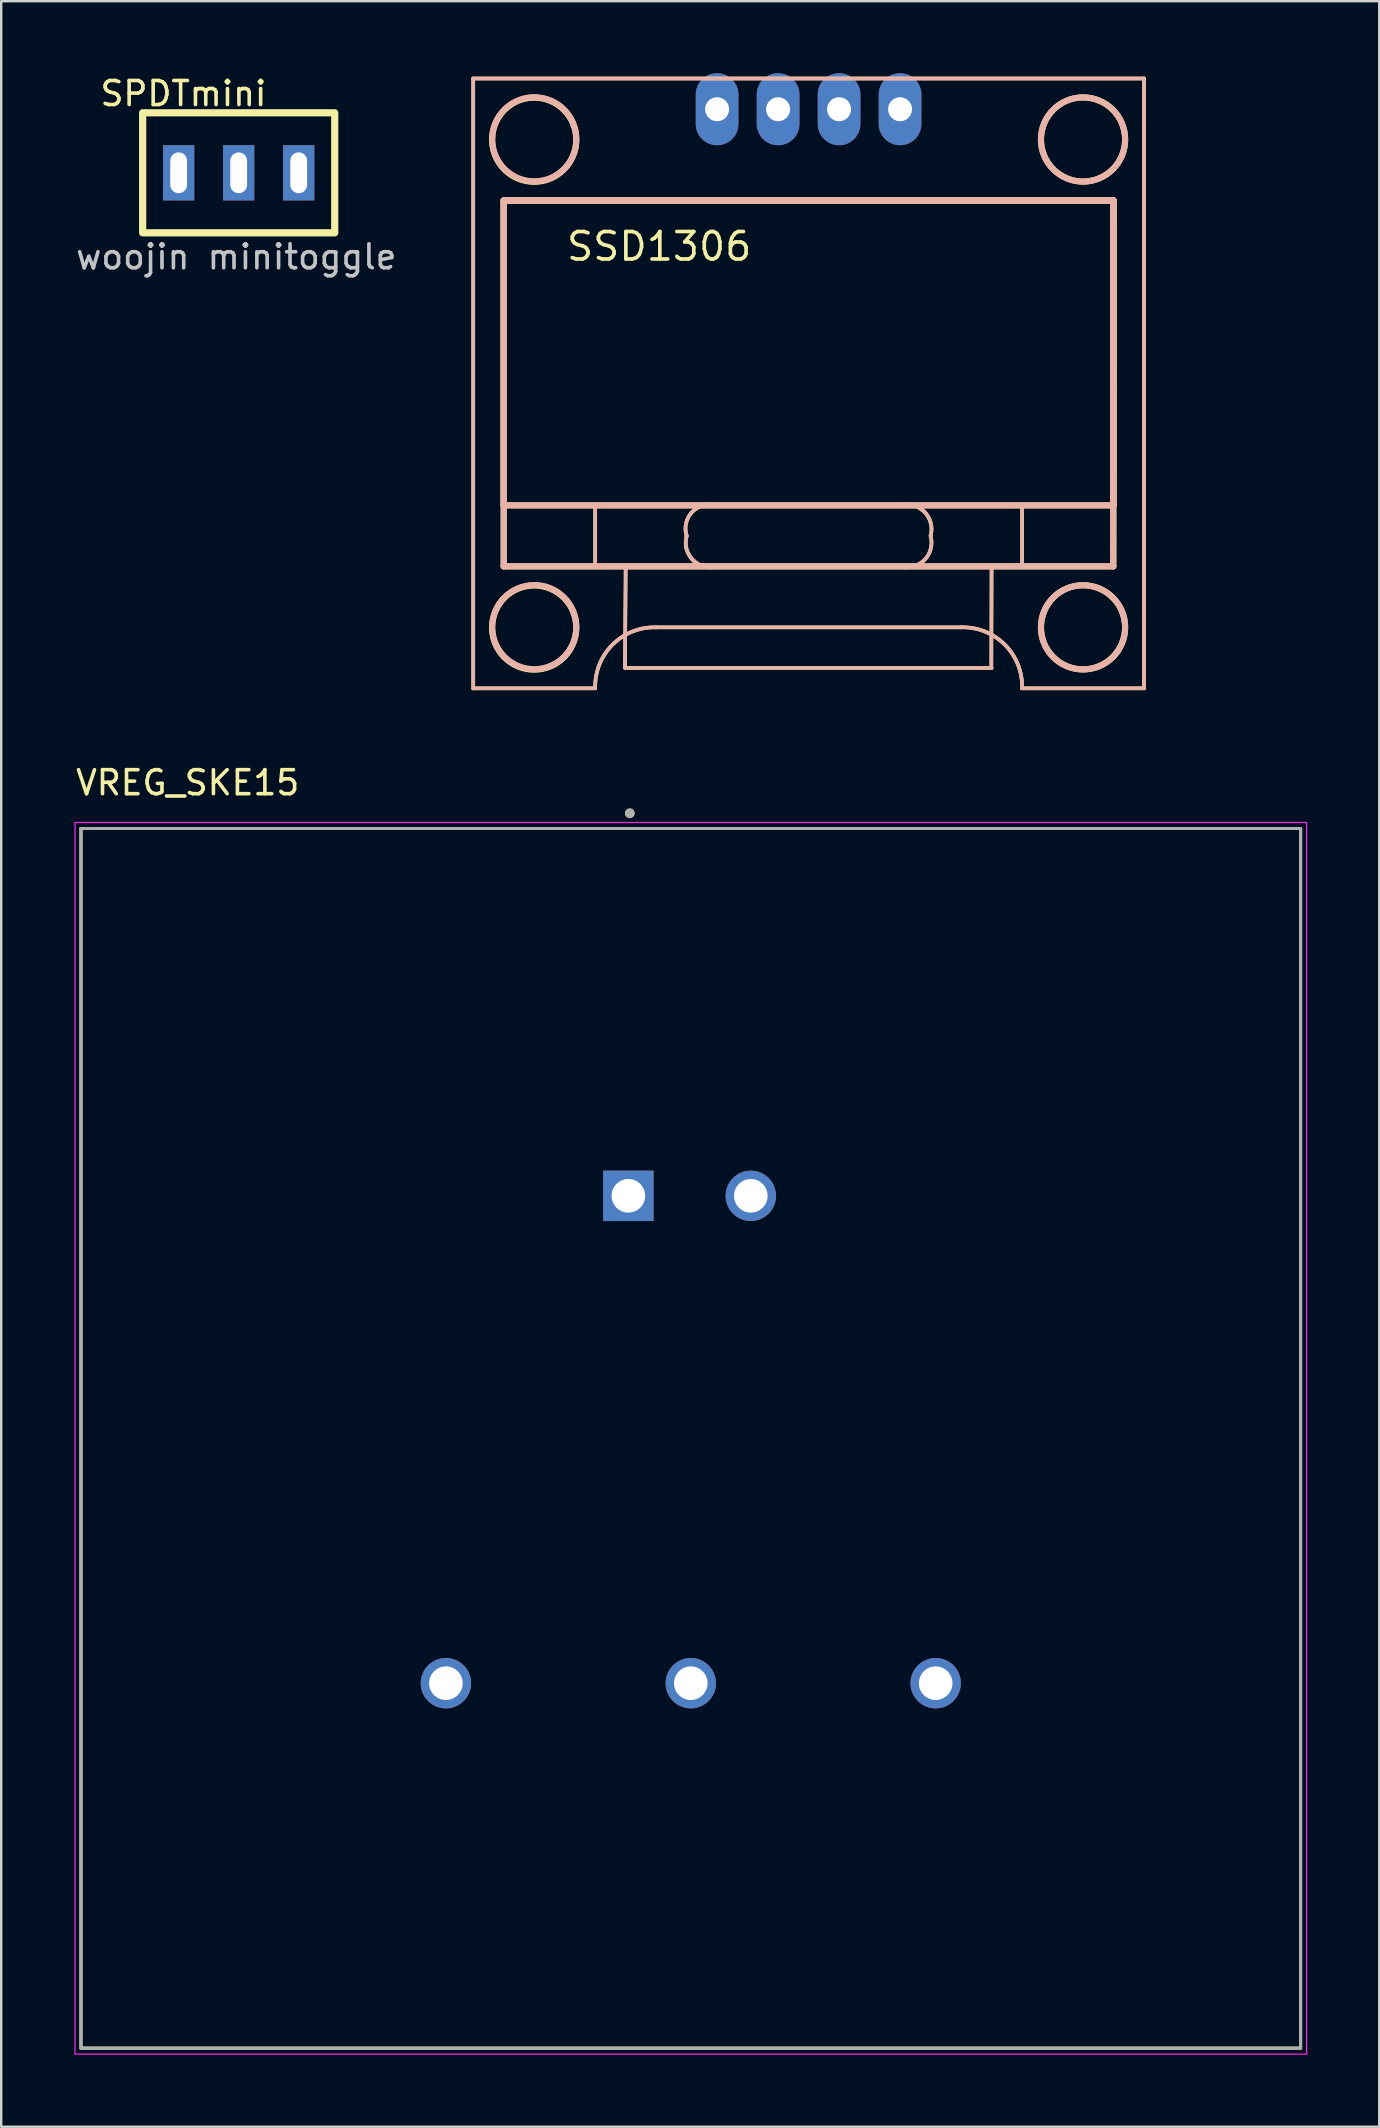
<source format=kicad_pcb>
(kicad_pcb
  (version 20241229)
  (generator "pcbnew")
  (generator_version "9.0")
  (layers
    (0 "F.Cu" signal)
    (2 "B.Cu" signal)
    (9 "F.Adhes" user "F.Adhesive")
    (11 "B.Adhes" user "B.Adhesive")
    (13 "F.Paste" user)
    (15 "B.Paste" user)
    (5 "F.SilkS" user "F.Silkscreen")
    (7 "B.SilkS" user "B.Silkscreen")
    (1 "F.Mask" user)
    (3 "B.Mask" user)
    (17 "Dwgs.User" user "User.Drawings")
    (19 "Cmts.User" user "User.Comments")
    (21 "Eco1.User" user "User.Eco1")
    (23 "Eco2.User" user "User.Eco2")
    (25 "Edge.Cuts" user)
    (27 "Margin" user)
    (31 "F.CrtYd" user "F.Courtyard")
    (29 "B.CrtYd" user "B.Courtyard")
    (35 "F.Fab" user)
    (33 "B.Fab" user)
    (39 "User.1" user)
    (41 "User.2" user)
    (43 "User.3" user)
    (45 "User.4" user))
  (footprint "VREG_SKE15"
    (layer "F.Cu")
    (at 25.723 56.859)
    (property "Reference" "VREG_SKE15" (at -20.955 -27.305 0) (layer "F.SilkS") (effects (font (size 1 1) (thickness 0.15))))
    (attr through_hole)
    (fp_line (start -25.4 -25.4) (end 25.4 -25.4) (stroke (width 0.127) (type solid)) (layer "F.SilkS"))
    (fp_line (start -25.4 25.4) (end -25.4 -25.4) (stroke (width 0.127) (type solid)) (layer "F.SilkS"))
    (fp_line (start 25.4 -25.4) (end 25.4 25.4) (stroke (width 0.127) (type solid)) (layer "F.SilkS"))
    (fp_line (start 25.4 25.4) (end -25.4 25.4) (stroke (width 0.127) (type solid)) (layer "F.SilkS"))
    (fp_circle (center -2.54 -26.035) (end -2.44 -26.035) (stroke (width 0.2) (type solid)) (fill no) (layer "F.SilkS"))
    (fp_line (start -25.65 -25.65) (end 25.65 -25.65) (stroke (width 0.05) (type solid)) (layer "F.CrtYd"))
    (fp_line (start -25.65 25.65) (end -25.65 -25.65) (stroke (width 0.05) (type solid)) (layer "F.CrtYd"))
    (fp_line (start 25.65 -25.65) (end 25.65 25.65) (stroke (width 0.05) (type solid)) (layer "F.CrtYd"))
    (fp_line (start 25.65 25.65) (end -25.65 25.65) (stroke (width 0.05) (type solid)) (layer "F.CrtYd"))
    (fp_line (start -25.4 -25.4) (end 25.4 -25.4) (stroke (width 0.127) (type solid)) (layer "F.Fab"))
    (fp_line (start -25.4 25.4) (end -25.4 -25.4) (stroke (width 0.127) (type solid)) (layer "F.Fab"))
    (fp_line (start 25.4 -25.4) (end 25.4 25.4) (stroke (width 0.127) (type solid)) (layer "F.Fab"))
    (fp_line (start 25.4 25.4) (end -25.4 25.4) (stroke (width 0.127) (type solid)) (layer "F.Fab"))
    (fp_circle (center -2.54 -26.035) (end -2.44 -26.035) (stroke (width 0.2) (type solid)) (fill no) (layer "F.Fab"))
    (pad "1" thru_hole rect (at -2.6 -10.1) (size 2.1 2.1) (drill 1.4) (layers "*.Cu" "*.Mask"))
    (pad "2" thru_hole circle (at 2.5 -10.1) (size 2.1 2.1) (drill 1.4) (layers "*.Cu" "*.Mask"))
    (pad "3" thru_hole circle (at -10.2 10.2) (size 2.1 2.1) (drill 1.4) (layers "*.Cu" "*.Mask"))
    (pad "4" thru_hole circle (at 0 10.2) (size 2.1 2.1) (drill 1.4) (layers "*.Cu" "*.Mask"))
    (pad "5" thru_hole circle (at 10.2 10.2) (size 2.1 2.1) (drill 1.4) (layers "*.Cu" "*.Mask")))
  (footprint "SPDTmini"
    (layer "F.Cu")
    (at 6.892 4.148)
    (property "Reference" "SPDTmini" (at -2.3 -3.3 0) (unlocked yes) (layer "F.SilkS") (effects (font (size 1 1) (thickness 0.15))))
    (attr through_hole)
    (fp_rect (start -4 -2.5) (end 4 2.5) (stroke (width 0.3) (type solid)) (fill no) (layer "F.SilkS"))
    (fp_text user "woojin minitoggle" (at -0.1 3.5 0) (unlocked yes) (layer "Dwgs.User") (effects (font (size 1 1) (thickness 0.15))))
    (pad "1" thru_hole rect (at -2.5 0) (size 1.3 2.3) (drill oval 0.7 1.7) (layers "*.Cu" "*.Mask"))
    (pad "2" thru_hole rect (at 0 0) (size 1.3 2.3) (drill oval 0.7 1.7) (layers "*.Cu" "*.Mask"))
    (pad "3" thru_hole rect (at 2.5 0) (size 1.3 2.3) (drill oval 0.7 1.7) (layers "*.Cu" "*.Mask")))
  (footprint "SSD1306"
    (layer "F.Cu")
    (at 30.629 11.025)
    (property "Reference" "SSD1306" (at -10.16 -3.81 0) (layer "F.SilkS") (effects (font (size 1.143 1.143) (thickness 0.152)) (justify left)))
    (attr through_hole)
    (fp_line (start -13.97 14.605) (end -13.97 -10.795) (stroke (width 0.152) (type solid)) (layer "F.SilkS"))
    (fp_line (start -13.968 -10.805) (end 13.972 -10.805) (stroke (width 0.152) (type solid)) (layer "F.SilkS"))
    (fp_line (start -12.7 6.985) (end -8.89 6.985) (stroke (width 0.15) (type solid)) (layer "F.SilkS"))
    (fp_line (start -12.7 9.525) (end -12.7 6.985) (stroke (width 0.15) (type solid)) (layer "F.SilkS"))
    (fp_line (start -12.698 -5.725) (end 12.702 -5.725) (stroke (width 0.254) (type solid)) (layer "F.SilkS"))
    (fp_line (start -12.698 -5.725) (end 12.702 -5.725) (stroke (width 0.254) (type solid)) (layer "F.SilkS"))
    (fp_line (start -12.698 6.975) (end -12.698 -5.725) (stroke (width 0.254) (type solid)) (layer "F.SilkS"))
    (fp_line (start -12.698 9.515) (end -12.698 -5.725) (stroke (width 0.254) (type solid)) (layer "F.SilkS"))
    (fp_line (start -8.89 6.985) (end -8.89 9.525) (stroke (width 0.15) (type solid)) (layer "F.SilkS"))
    (fp_line (start -8.89 9.525) (end -12.7 9.525) (stroke (width 0.15) (type solid)) (layer "F.SilkS"))
    (fp_line (start -8.888 14.595) (end -13.968 14.595) (stroke (width 0.152) (type solid)) (layer "F.SilkS"))
    (fp_line (start -7.647 13.745) (end -7.618 9.515) (stroke (width 0.15) (type solid)) (layer "F.SilkS"))
    (fp_line (start -7.618 9.515) (end 7.622 9.515) (stroke (width 0.15) (type solid)) (layer "F.SilkS"))
    (fp_line (start -3.81 6.985) (end 3.81 6.985) (stroke (width 0.15) (type solid)) (layer "F.SilkS"))
    (fp_line (start -3.81 9.525) (end 3.81 9.525) (stroke (width 0.15) (type solid)) (layer "F.SilkS"))
    (fp_line (start -3.805 9.505) (end 3.815 9.505) (stroke (width 0.15) (type solid)) (layer "F.SilkS"))
    (fp_line (start 6.352 12.055) (end -6.348 12.055) (stroke (width 0.152) (type solid)) (layer "F.SilkS"))
    (fp_line (start 7.622 9.515) (end 7.612 13.755) (stroke (width 0.15) (type solid)) (layer "F.SilkS"))
    (fp_line (start 7.622 13.745) (end -7.647 13.745) (stroke (width 0.15) (type solid)) (layer "F.SilkS"))
    (fp_line (start 8.892 6.975) (end 12.702 6.975) (stroke (width 0.15) (type solid)) (layer "F.SilkS"))
    (fp_line (start 8.892 9.515) (end 8.892 6.975) (stroke (width 0.15) (type solid)) (layer "F.SilkS"))
    (fp_line (start 12.692 9.515) (end -12.698 9.515) (stroke (width 0.254) (type solid)) (layer "F.SilkS"))
    (fp_line (start 12.702 -5.725) (end 12.692 9.515) (stroke (width 0.254) (type solid)) (layer "F.SilkS"))
    (fp_line (start 12.702 -5.725) (end 12.702 6.975) (stroke (width 0.254) (type solid)) (layer "F.SilkS"))
    (fp_line (start 12.702 6.975) (end -12.698 6.975) (stroke (width 0.254) (type solid)) (layer "F.SilkS"))
    (fp_line (start 12.702 6.975) (end 12.702 9.515) (stroke (width 0.15) (type solid)) (layer "F.SilkS"))
    (fp_line (start 12.702 9.515) (end 8.892 9.515) (stroke (width 0.15) (type solid)) (layer "F.SilkS"))
    (fp_line (start 13.972 -10.805) (end 13.972 14.595) (stroke (width 0.152) (type solid)) (layer "F.SilkS"))
    (fp_line (start 13.972 14.595) (end 8.892 14.595) (stroke (width 0.152) (type solid)) (layer "F.SilkS"))
    (fp_arc (start -8.887 14.595) (mid -8.166653 12.776156) (end -6.34773 12.056008) (stroke (width 0.152) (type solid)) (layer "F.SilkS"))
    (fp_arc (start -5.08 8.255) (mid -4.850208 7.255144) (end -3.860381 6.985402) (stroke (width 0.152) (type solid)) (layer "F.SilkS"))
    (fp_arc (start -3.81 9.525) (mid -4.817625 9.263391) (end -5.080296 8.256043) (stroke (width 0.152) (type solid)) (layer "F.SilkS"))
    (fp_arc (start 3.81 6.985) (mid 4.817625 7.246609) (end 5.080296 8.253957) (stroke (width 0.152) (type solid)) (layer "F.SilkS"))
    (fp_arc (start 5.08 8.255) (mid 4.818391 9.262625) (end 3.811043 9.525296) (stroke (width 0.152) (type solid)) (layer "F.SilkS"))
    (fp_arc (start 6.353 12.055) (mid 8.172572 12.775663) (end 8.89299 14.595332) (stroke (width 0.152) (type solid)) (layer "F.SilkS"))
    (fp_circle (center -11.43 -8.255) (end -9.677 -8.255) (stroke (width 0.254) (type solid)) (fill no) (layer "F.SilkS"))
    (fp_circle (center -11.43 12.065) (end -9.677 12.065) (stroke (width 0.254) (type solid)) (fill no) (layer "F.SilkS"))
    (fp_circle (center 11.432 -8.265) (end 13.185 -8.265) (stroke (width 0.254) (type solid)) (fill no) (layer "F.SilkS"))
    (fp_circle (center 11.432 12.055) (end 13.185 12.055) (stroke (width 0.254) (type solid)) (fill no) (layer "F.SilkS"))
    (fp_line (start -13.968 -10.805) (end 13.972 -10.805) (stroke (width 0.152) (type solid)) (layer "B.SilkS"))
    (fp_line (start -13.965 14.585) (end -13.965 -10.815) (stroke (width 0.152) (type solid)) (layer "B.SilkS"))
    (fp_line (start -12.698 -5.725) (end 12.702 -5.725) (stroke (width 0.254) (type solid)) (layer "B.SilkS"))
    (fp_line (start -12.698 -5.725) (end 12.702 -5.725) (stroke (width 0.254) (type solid)) (layer "B.SilkS"))
    (fp_line (start -12.698 6.975) (end -12.698 -5.725) (stroke (width 0.254) (type solid)) (layer "B.SilkS"))
    (fp_line (start -12.698 9.515) (end -12.698 -5.725) (stroke (width 0.254) (type solid)) (layer "B.SilkS"))
    (fp_line (start -12.695 6.965) (end -8.885 6.965) (stroke (width 0.15) (type solid)) (layer "B.SilkS"))
    (fp_line (start -12.695 9.505) (end -12.695 6.965) (stroke (width 0.15) (type solid)) (layer "B.SilkS"))
    (fp_line (start -8.888 14.595) (end -13.968 14.595) (stroke (width 0.152) (type solid)) (layer "B.SilkS"))
    (fp_line (start -8.885 6.965) (end -8.885 9.505) (stroke (width 0.15) (type solid)) (layer "B.SilkS"))
    (fp_line (start -8.885 9.505) (end -12.695 9.505) (stroke (width 0.15) (type solid)) (layer "B.SilkS"))
    (fp_line (start -7.648 13.745) (end -7.617 9.515) (stroke (width 0.15) (type solid)) (layer "B.SilkS"))
    (fp_line (start -7.617 9.515) (end 7.623 9.515) (stroke (width 0.15) (type solid)) (layer "B.SilkS"))
    (fp_line (start -3.805 6.965) (end 3.815 6.965) (stroke (width 0.15) (type solid)) (layer "B.SilkS"))
    (fp_line (start 6.352 12.055) (end -6.348 12.055) (stroke (width 0.152) (type solid)) (layer "B.SilkS"))
    (fp_line (start 7.623 9.515) (end 7.612 13.755) (stroke (width 0.15) (type solid)) (layer "B.SilkS"))
    (fp_line (start 7.623 13.745) (end -7.648 13.745) (stroke (width 0.15) (type solid)) (layer "B.SilkS"))
    (fp_line (start 8.892 6.975) (end 12.702 6.975) (stroke (width 0.15) (type solid)) (layer "B.SilkS"))
    (fp_line (start 8.892 9.515) (end 8.892 6.975) (stroke (width 0.15) (type solid)) (layer "B.SilkS"))
    (fp_line (start 12.692 9.515) (end -12.698 9.515) (stroke (width 0.254) (type solid)) (layer "B.SilkS"))
    (fp_line (start 12.702 -5.725) (end 12.692 9.515) (stroke (width 0.254) (type solid)) (layer "B.SilkS"))
    (fp_line (start 12.702 -5.725) (end 12.702 6.975) (stroke (width 0.254) (type solid)) (layer "B.SilkS"))
    (fp_line (start 12.702 6.975) (end -12.698 6.975) (stroke (width 0.254) (type solid)) (layer "B.SilkS"))
    (fp_line (start 12.702 6.975) (end 12.702 9.515) (stroke (width 0.15) (type solid)) (layer "B.SilkS"))
    (fp_line (start 12.702 9.515) (end 8.892 9.515) (stroke (width 0.15) (type solid)) (layer "B.SilkS"))
    (fp_line (start 13.972 -10.805) (end 13.972 14.595) (stroke (width 0.152) (type solid)) (layer "B.SilkS"))
    (fp_line (start 13.972 14.595) (end 8.892 14.595) (stroke (width 0.152) (type solid)) (layer "B.SilkS"))
    (fp_arc (start -8.887 14.595) (mid -8.166637 12.776141) (end -6.347687 12.05601) (stroke (width 0.152) (type solid)) (layer "B.SilkS"))
    (fp_arc (start -5.075 8.235) (mid -4.845208 7.235144) (end -3.855381 6.965402) (stroke (width 0.152) (type solid)) (layer "B.SilkS"))
    (fp_arc (start -3.805 9.505) (mid -4.812638 9.243379) (end -5.075286 8.236008) (stroke (width 0.152) (type solid)) (layer "B.SilkS"))
    (fp_arc (start 3.815 6.965) (mid 4.823486 7.227109) (end 5.086157 8.235448) (stroke (width 0.152) (type solid)) (layer "B.SilkS"))
    (fp_arc (start 5.085 8.235) (mid 4.822866 9.243511) (end 3.814483 9.506137) (stroke (width 0.152) (type solid)) (layer "B.SilkS"))
    (fp_arc (start 6.353 12.055) (mid 8.172572 12.775663) (end 8.89299 14.595332) (stroke (width 0.152) (type solid)) (layer "B.SilkS"))
    (fp_circle (center -11.425 -8.275) (end -9.673 -8.275) (stroke (width 0.254) (type solid)) (fill no) (layer "B.SilkS"))
    (fp_circle (center -11.425 12.045) (end -9.673 12.045) (stroke (width 0.254) (type solid)) (fill no) (layer "B.SilkS"))
    (fp_circle (center 11.432 -8.265) (end 13.185 -8.265) (stroke (width 0.254) (type solid)) (fill no) (layer "B.SilkS"))
    (fp_circle (center 11.432 12.055) (end 13.185 12.055) (stroke (width 0.254) (type solid)) (fill no) (layer "B.SilkS"))
    (pad "1" thru_hole oval (at -3.81 -9.525 90) (size 3 1.778) (drill 1) (layers "*.Cu" "*.Paste" "*.Mask"))
    (pad "2" thru_hole oval (at -1.27 -9.525 90) (size 3 1.778) (drill 1) (layers "*.Cu" "*.Paste" "*.Mask"))
    (pad "3" thru_hole oval (at 1.27 -9.525 90) (size 3 1.778) (drill 1) (layers "*.Cu" "*.Paste" "*.Mask"))
    (pad "4" thru_hole oval (at 3.81 -9.525 90) (size 3 1.778) (drill 1) (layers "*.Cu" "*.Paste" "*.Mask")))
  (gr_rect
    (start -3 -3)
    (end 54.398 85.534)
    (stroke (width 0.1) (type default))
    (fill no)
    (layer "Edge.Cuts")))
</source>
